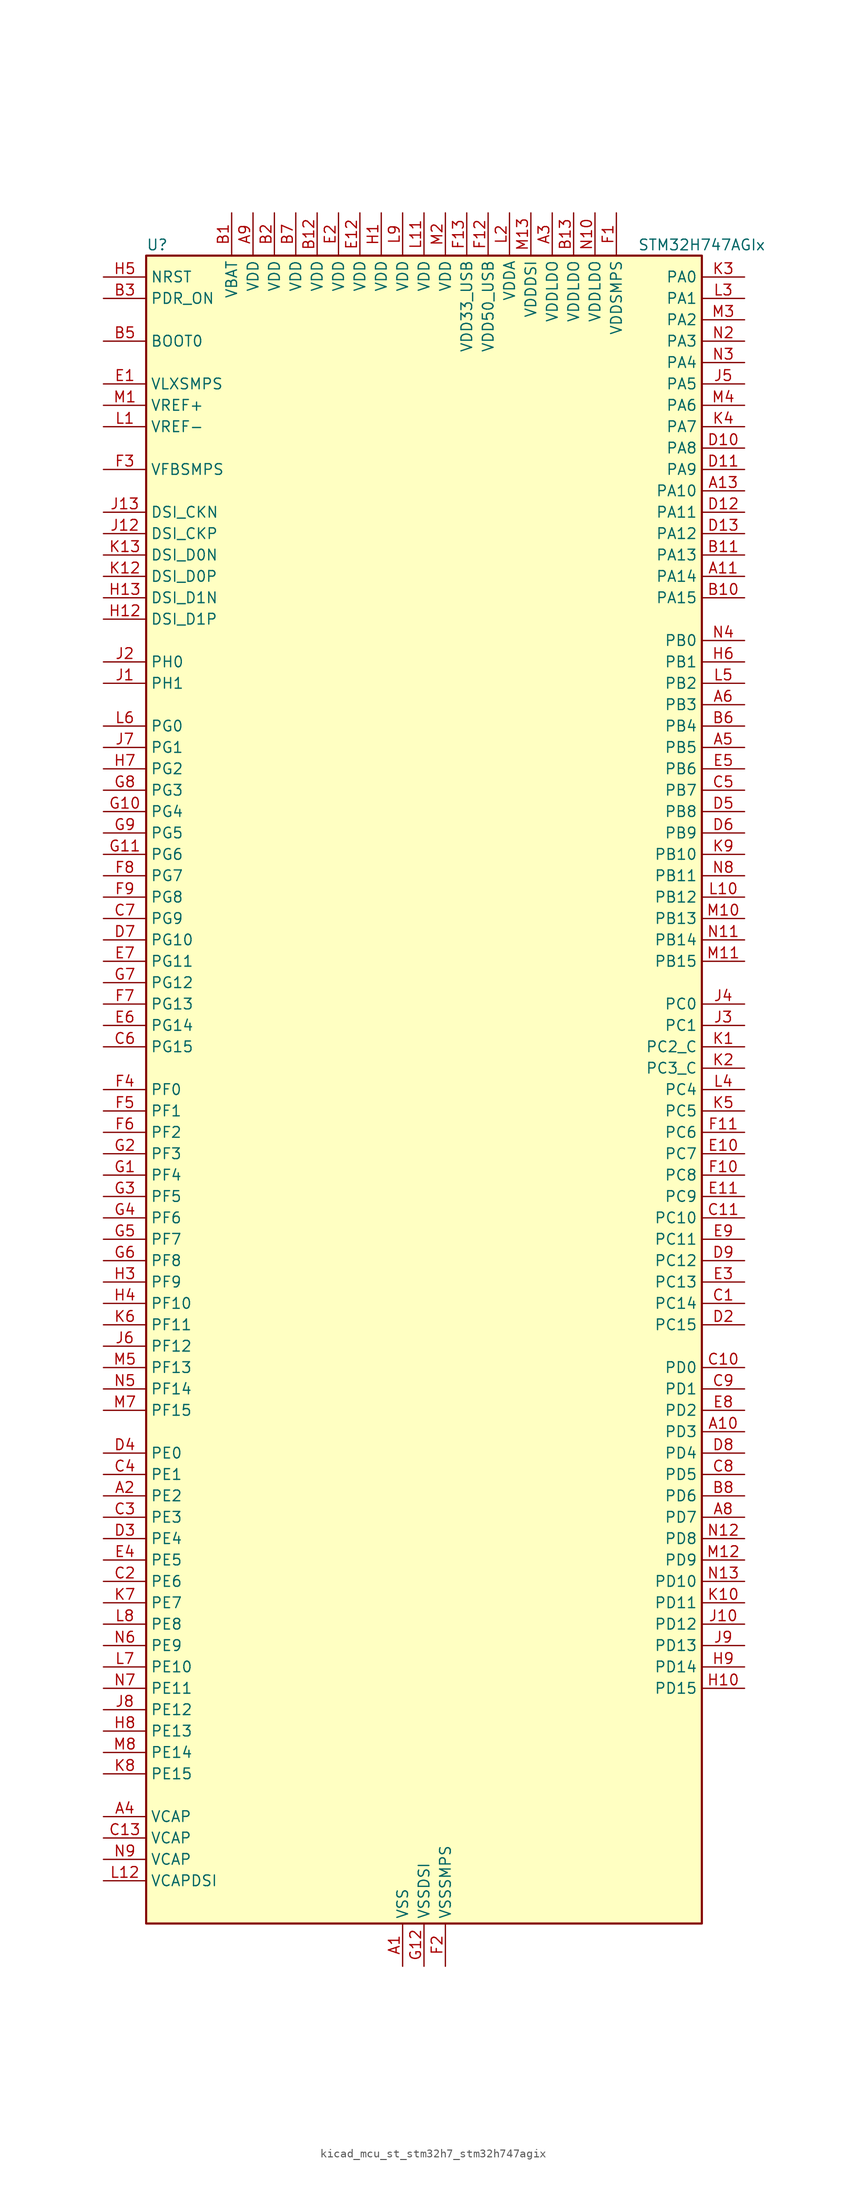
<source format=kicad_sym>
(kicad_symbol_lib
  (version 20220914)
  (generator kicad_symbol_editor)
  (symbol "kicad_mcu_st_stm32h7_stm32h747agix"
    (property "Reference" "U"
      (at -33.02 100.33 0)
      (effects (font (size 1.27 1.27)) (justify left)))
    (property "Value" "STM32H747AGIx"
      (at 25.4 100.33 0)
      (effects (font (size 1.27 1.27)) (justify left)))
    (property "ki_locked" ""
      (at 0 0 0)
      (effects (font (size 1.27 1.27))))
    (symbol "kicad_mcu_st_stm32h7_stm32h747agix_0_1"
      (rectangle (start -33.02 -99.06) (end 33.02 99.06) (stroke (width 0.254) (type default)) (fill (type background))))
    (symbol "kicad_mcu_st_stm32h7_stm32h747agix_1_1"
      (pin power_in line (at -2.54 -104.14 90) (length 5.08) (name "VSS" (effects (font (size 1.27 1.27)))) (number "A1" (effects (font (size 1.27 1.27)))))
      (pin bidirectional line (at 38.1 -40.64 180) (length 5.08) (name "PD3" (effects (font (size 1.27 1.27)))) (number "A10" (effects (font (size 1.27 1.27)))) (alternate "DCMI_D5" bidirectional line) (alternate "DFSDM1_CKOUT" bidirectional line) (alternate "FMC_CLK" bidirectional line) (alternate "I2S2_CK" bidirectional line) (alternate "LTDC_G7" bidirectional line) (alternate "SPI2_SCK" bidirectional line) (alternate "USART2_CTS" bidirectional line) (alternate "USART2_NSS" bidirectional line))
      (pin bidirectional line (at 38.1 60.96 180) (length 5.08) (name "PA14" (effects (font (size 1.27 1.27)))) (number "A11" (effects (font (size 1.27 1.27)))) (alternate "DEBUG_JTCK-SWCLK" bidirectional line))
      (pin passive line (at -2.54 -104.14 90) (length 5.08) hide (name "VSS" (effects (font (size 1.27 1.27)))) (number "A12" (effects (font (size 1.27 1.27)))))
      (pin bidirectional line (at 38.1 71.12 180) (length 5.08) (name "PA10" (effects (font (size 1.27 1.27)))) (number "A13" (effects (font (size 1.27 1.27)))) (alternate "DCMI_D1" bidirectional line) (alternate "HRTIM_CHC2" bidirectional line) (alternate "LPUART1_RX" bidirectional line) (alternate "LTDC_B1" bidirectional line) (alternate "LTDC_B4" bidirectional line) (alternate "MDIOS_MDIO" bidirectional line) (alternate "TIM1_CH3" bidirectional line) (alternate "USART1_RX" bidirectional line) (alternate "USB_OTG_FS_ID" bidirectional line))
      (pin bidirectional line (at -38.1 -48.26 0) (length 5.08) (name "PE2" (effects (font (size 1.27 1.27)))) (number "A2" (effects (font (size 1.27 1.27)))) (alternate "DEBUG_TRACECLK" bidirectional line) (alternate "ETH_TXD3" bidirectional line) (alternate "FMC_A23" bidirectional line) (alternate "QUADSPI_BK1_IO2" bidirectional line) (alternate "SAI1_CK1" bidirectional line) (alternate "SAI1_MCLK_A" bidirectional line) (alternate "SAI4_CK1" bidirectional line) (alternate "SAI4_MCLK_A" bidirectional line) (alternate "SPI4_SCK" bidirectional line))
      (pin power_in line (at 15.24 104.14 270) (length 5.08) (name "VDDLDO" (effects (font (size 1.27 1.27)))) (number "A3" (effects (font (size 1.27 1.27)))))
      (pin power_out line (at -38.1 -86.36 0) (length 5.08) (name "VCAP" (effects (font (size 1.27 1.27)))) (number "A4" (effects (font (size 1.27 1.27)))))
      (pin bidirectional line (at 38.1 40.64 180) (length 5.08) (name "PB5" (effects (font (size 1.27 1.27)))) (number "A5" (effects (font (size 1.27 1.27)))) (alternate "DCMI_D10" bidirectional line) (alternate "ETH_PPS_OUT" bidirectional line) (alternate "FDCAN2_RX" bidirectional line) (alternate "FMC_SDCKE1" bidirectional line) (alternate "HRTIM_EEV7" bidirectional line) (alternate "I2C1_SMBA" bidirectional line) (alternate "I2C4_SMBA" bidirectional line) (alternate "I2S1_SDO" bidirectional line) (alternate "I2S3_SDO" bidirectional line) (alternate "SPI1_MOSI" bidirectional line) (alternate "SPI3_MOSI" bidirectional line) (alternate "SPI6_MOSI" bidirectional line) (alternate "TIM17_BKIN" bidirectional line) (alternate "TIM3_CH2" bidirectional line) (alternate "UART5_RX" bidirectional line) (alternate "USB_OTG_HS_ULPI_D7" bidirectional line))
      (pin bidirectional line (at 38.1 45.72 180) (length 5.08) (name "PB3" (effects (font (size 1.27 1.27)))) (number "A6" (effects (font (size 1.27 1.27)))) (alternate "CRS_SYNC" bidirectional line) (alternate "DEBUG_JTDO-SWO" bidirectional line) (alternate "HRTIM_FLT4" bidirectional line) (alternate "I2S1_CK" bidirectional line) (alternate "I2S3_CK" bidirectional line) (alternate "SDMMC2_D2" bidirectional line) (alternate "SPI1_SCK" bidirectional line) (alternate "SPI3_SCK" bidirectional line) (alternate "SPI6_SCK" bidirectional line) (alternate "TIM2_CH2" bidirectional line) (alternate "UART7_RX" bidirectional line))
      (pin passive line (at -2.54 -104.14 90) (length 5.08) hide (name "VSS" (effects (font (size 1.27 1.27)))) (number "A7" (effects (font (size 1.27 1.27)))))
      (pin bidirectional line (at 38.1 -50.8 180) (length 5.08) (name "PD7" (effects (font (size 1.27 1.27)))) (number "A8" (effects (font (size 1.27 1.27)))) (alternate "DFSDM1_CKIN1" bidirectional line) (alternate "DFSDM1_DATIN4" bidirectional line) (alternate "FMC_NE1" bidirectional line) (alternate "I2S1_SDO" bidirectional line) (alternate "SDMMC2_CMD" bidirectional line) (alternate "SPDIFRX1_IN0" bidirectional line) (alternate "SPI1_MOSI" bidirectional line) (alternate "USART2_CK" bidirectional line))
      (pin power_in line (at -20.32 104.14 270) (length 5.08) (name "VDD" (effects (font (size 1.27 1.27)))) (number "A9" (effects (font (size 1.27 1.27)))))
      (pin power_in line (at -22.86 104.14 270) (length 5.08) (name "VBAT" (effects (font (size 1.27 1.27)))) (number "B1" (effects (font (size 1.27 1.27)))))
      (pin bidirectional line (at 38.1 58.42 180) (length 5.08) (name "PA15" (effects (font (size 1.27 1.27)))) (number "B10" (effects (font (size 1.27 1.27)))) (alternate "ADC1_EXTI15" bidirectional line) (alternate "ADC2_EXTI15" bidirectional line) (alternate "ADC3_EXTI15" bidirectional line) (alternate "CEC" bidirectional line) (alternate "DEBUG_JTDI" bidirectional line) (alternate "DSIHOST_TE" bidirectional line) (alternate "HRTIM_FLT1" bidirectional line) (alternate "I2S1_WS" bidirectional line) (alternate "I2S3_WS" bidirectional line) (alternate "SPI1_NSS" bidirectional line) (alternate "SPI3_NSS" bidirectional line) (alternate "SPI6_NSS" bidirectional line) (alternate "TIM2_CH1" bidirectional line) (alternate "TIM2_ETR" bidirectional line) (alternate "UART4_DE" bidirectional line) (alternate "UART4_RTS" bidirectional line) (alternate "UART7_TX" bidirectional line))
      (pin bidirectional line (at 38.1 63.5 180) (length 5.08) (name "PA13" (effects (font (size 1.27 1.27)))) (number "B11" (effects (font (size 1.27 1.27)))) (alternate "DEBUG_JTMS-SWDIO" bidirectional line))
      (pin power_in line (at -12.7 104.14 270) (length 5.08) (name "VDD" (effects (font (size 1.27 1.27)))) (number "B12" (effects (font (size 1.27 1.27)))))
      (pin power_in line (at 17.78 104.14 270) (length 5.08) (name "VDDLDO" (effects (font (size 1.27 1.27)))) (number "B13" (effects (font (size 1.27 1.27)))))
      (pin power_in line (at -17.78 104.14 270) (length 5.08) (name "VDD" (effects (font (size 1.27 1.27)))) (number "B2" (effects (font (size 1.27 1.27)))))
      (pin input line (at -38.1 93.98 0) (length 5.08) (name "PDR_ON" (effects (font (size 1.27 1.27)))) (number "B3" (effects (font (size 1.27 1.27)))))
      (pin passive line (at -2.54 -104.14 90) (length 5.08) hide (name "VSS" (effects (font (size 1.27 1.27)))) (number "B4" (effects (font (size 1.27 1.27)))))
      (pin input line (at -38.1 88.9 0) (length 5.08) (name "BOOT0" (effects (font (size 1.27 1.27)))) (number "B5" (effects (font (size 1.27 1.27)))))
      (pin bidirectional line (at 38.1 43.18 180) (length 5.08) (name "PB4" (effects (font (size 1.27 1.27)))) (number "B6" (effects (font (size 1.27 1.27)))) (alternate "DEBUG_JTRST" bidirectional line) (alternate "HRTIM_EEV6" bidirectional line) (alternate "I2S1_SDI" bidirectional line) (alternate "I2S2_WS" bidirectional line) (alternate "I2S3_SDI" bidirectional line) (alternate "SDMMC2_D3" bidirectional line) (alternate "SPI1_MISO" bidirectional line) (alternate "SPI2_NSS" bidirectional line) (alternate "SPI3_MISO" bidirectional line) (alternate "SPI6_MISO" bidirectional line) (alternate "TIM16_BKIN" bidirectional line) (alternate "TIM3_CH1" bidirectional line) (alternate "UART7_TX" bidirectional line))
      (pin power_in line (at -15.24 104.14 270) (length 5.08) (name "VDD" (effects (font (size 1.27 1.27)))) (number "B7" (effects (font (size 1.27 1.27)))))
      (pin bidirectional line (at 38.1 -48.26 180) (length 5.08) (name "PD6" (effects (font (size 1.27 1.27)))) (number "B8" (effects (font (size 1.27 1.27)))) (alternate "DCMI_D10" bidirectional line) (alternate "DFSDM1_CKIN4" bidirectional line) (alternate "DFSDM1_DATIN1" bidirectional line) (alternate "FMC_NWAIT" bidirectional line) (alternate "I2S3_SDO" bidirectional line) (alternate "LTDC_B2" bidirectional line) (alternate "SAI1_D1" bidirectional line) (alternate "SAI1_SD_A" bidirectional line) (alternate "SAI4_D1" bidirectional line) (alternate "SAI4_SD_A" bidirectional line) (alternate "SDMMC2_CK" bidirectional line) (alternate "SPI3_MOSI" bidirectional line) (alternate "USART2_RX" bidirectional line))
      (pin passive line (at -2.54 -104.14 90) (length 5.08) hide (name "VSS" (effects (font (size 1.27 1.27)))) (number "B9" (effects (font (size 1.27 1.27)))))
      (pin bidirectional line (at 38.1 -25.4 180) (length 5.08) (name "PC14" (effects (font (size 1.27 1.27)))) (number "C1" (effects (font (size 1.27 1.27)))) (alternate "RCC_OSC32_IN" bidirectional line))
      (pin bidirectional line (at 38.1 -33.02 180) (length 5.08) (name "PD0" (effects (font (size 1.27 1.27)))) (number "C10" (effects (font (size 1.27 1.27)))) (alternate "DFSDM1_CKIN6" bidirectional line) (alternate "FDCAN1_RX" bidirectional line) (alternate "FMC_D2" bidirectional line) (alternate "FMC_DA2" bidirectional line) (alternate "SAI3_SCK_A" bidirectional line) (alternate "UART4_RX" bidirectional line))
      (pin bidirectional line (at 38.1 -15.24 180) (length 5.08) (name "PC10" (effects (font (size 1.27 1.27)))) (number "C11" (effects (font (size 1.27 1.27)))) (alternate "DCMI_D8" bidirectional line) (alternate "DFSDM1_CKIN5" bidirectional line) (alternate "HRTIM_EEV1" bidirectional line) (alternate "I2S3_CK" bidirectional line) (alternate "LTDC_R2" bidirectional line) (alternate "QUADSPI_BK1_IO1" bidirectional line) (alternate "SDMMC1_D2" bidirectional line) (alternate "SPI3_SCK" bidirectional line) (alternate "UART4_TX" bidirectional line) (alternate "USART3_TX" bidirectional line))
      (pin passive line (at -2.54 -104.14 90) (length 5.08) hide (name "VSS" (effects (font (size 1.27 1.27)))) (number "C12" (effects (font (size 1.27 1.27)))))
      (pin power_out line (at -38.1 -88.9 0) (length 5.08) (name "VCAP" (effects (font (size 1.27 1.27)))) (number "C13" (effects (font (size 1.27 1.27)))))
      (pin bidirectional line (at -38.1 -58.42 0) (length 5.08) (name "PE6" (effects (font (size 1.27 1.27)))) (number "C2" (effects (font (size 1.27 1.27)))) (alternate "DCMI_D7" bidirectional line) (alternate "DEBUG_TRACED3" bidirectional line) (alternate "FMC_A22" bidirectional line) (alternate "LTDC_G1" bidirectional line) (alternate "SAI1_D1" bidirectional line) (alternate "SAI1_SD_A" bidirectional line) (alternate "SAI2_MCLK_B" bidirectional line) (alternate "SAI4_D1" bidirectional line) (alternate "SAI4_SD_A" bidirectional line) (alternate "SPI4_MOSI" bidirectional line) (alternate "TIM15_CH2" bidirectional line) (alternate "TIM1_BKIN2" bidirectional line) (alternate "TIM1_BKIN2_COMP1" bidirectional line) (alternate "TIM1_BKIN2_COMP2" bidirectional line))
      (pin bidirectional line (at -38.1 -50.8 0) (length 5.08) (name "PE3" (effects (font (size 1.27 1.27)))) (number "C3" (effects (font (size 1.27 1.27)))) (alternate "DEBUG_TRACED0" bidirectional line) (alternate "FMC_A19" bidirectional line) (alternate "SAI1_SD_B" bidirectional line) (alternate "SAI4_SD_B" bidirectional line) (alternate "TIM15_BKIN" bidirectional line))
      (pin bidirectional line (at -38.1 -45.72 0) (length 5.08) (name "PE1" (effects (font (size 1.27 1.27)))) (number "C4" (effects (font (size 1.27 1.27)))) (alternate "DCMI_D3" bidirectional line) (alternate "FMC_NBL1" bidirectional line) (alternate "HRTIM_SCOUT" bidirectional line) (alternate "LPTIM1_IN2" bidirectional line) (alternate "UART8_TX" bidirectional line))
      (pin bidirectional line (at 38.1 35.56 180) (length 5.08) (name "PB7" (effects (font (size 1.27 1.27)))) (number "C5" (effects (font (size 1.27 1.27)))) (alternate "DCMI_VSYNC" bidirectional line) (alternate "DFSDM1_CKIN5" bidirectional line) (alternate "FMC_NL" bidirectional line) (alternate "HRTIM_EEV9" bidirectional line) (alternate "I2C1_SDA" bidirectional line) (alternate "I2C4_SDA" bidirectional line) (alternate "LPUART1_RX" bidirectional line) (alternate "PWR_PVD_IN" bidirectional line) (alternate "TIM17_CH1N" bidirectional line) (alternate "TIM4_CH2" bidirectional line) (alternate "USART1_RX" bidirectional line))
      (pin bidirectional line (at -38.1 5.08 0) (length 5.08) (name "PG15" (effects (font (size 1.27 1.27)))) (number "C6" (effects (font (size 1.27 1.27)))) (alternate "ADC1_EXTI15" bidirectional line) (alternate "ADC2_EXTI15" bidirectional line) (alternate "ADC3_EXTI15" bidirectional line) (alternate "DCMI_D13" bidirectional line) (alternate "FMC_SDNCAS" bidirectional line) (alternate "USART6_CTS" bidirectional line) (alternate "USART6_NSS" bidirectional line))
      (pin bidirectional line (at -38.1 20.32 0) (length 5.08) (name "PG9" (effects (font (size 1.27 1.27)))) (number "C7" (effects (font (size 1.27 1.27)))) (alternate "DAC1_EXTI9" bidirectional line) (alternate "DCMI_VSYNC" bidirectional line) (alternate "FMC_NCE" bidirectional line) (alternate "FMC_NE2" bidirectional line) (alternate "I2S1_SDI" bidirectional line) (alternate "QUADSPI_BK2_IO2" bidirectional line) (alternate "SAI2_FS_B" bidirectional line) (alternate "SPDIFRX1_IN3" bidirectional line) (alternate "SPI1_MISO" bidirectional line) (alternate "USART6_RX" bidirectional line))
      (pin bidirectional line (at 38.1 -45.72 180) (length 5.08) (name "PD5" (effects (font (size 1.27 1.27)))) (number "C8" (effects (font (size 1.27 1.27)))) (alternate "FMC_NWE" bidirectional line) (alternate "HRTIM_EEV3" bidirectional line) (alternate "USART2_TX" bidirectional line))
      (pin bidirectional line (at 38.1 -35.56 180) (length 5.08) (name "PD1" (effects (font (size 1.27 1.27)))) (number "C9" (effects (font (size 1.27 1.27)))) (alternate "DFSDM1_DATIN6" bidirectional line) (alternate "FDCAN1_TX" bidirectional line) (alternate "FMC_D3" bidirectional line) (alternate "FMC_DA3" bidirectional line) (alternate "SAI3_SD_A" bidirectional line) (alternate "UART4_TX" bidirectional line))
      (pin passive line (at -2.54 -104.14 90) (length 5.08) hide (name "VSS" (effects (font (size 1.27 1.27)))) (number "D1" (effects (font (size 1.27 1.27)))))
      (pin bidirectional line (at 38.1 76.2 180) (length 5.08) (name "PA8" (effects (font (size 1.27 1.27)))) (number "D10" (effects (font (size 1.27 1.27)))) (alternate "HRTIM_CHB2" bidirectional line) (alternate "I2C3_SCL" bidirectional line) (alternate "LTDC_B3" bidirectional line) (alternate "LTDC_R6" bidirectional line) (alternate "RCC_MCO_1" bidirectional line) (alternate "TIM1_CH1" bidirectional line) (alternate "TIM8_BKIN2" bidirectional line) (alternate "TIM8_BKIN2_COMP1" bidirectional line) (alternate "TIM8_BKIN2_COMP2" bidirectional line) (alternate "UART7_RX" bidirectional line) (alternate "USART1_CK" bidirectional line) (alternate "USB_OTG_FS_SOF" bidirectional line))
      (pin bidirectional line (at 38.1 73.66 180) (length 5.08) (name "PA9" (effects (font (size 1.27 1.27)))) (number "D11" (effects (font (size 1.27 1.27)))) (alternate "DAC1_EXTI9" bidirectional line) (alternate "DCMI_D0" bidirectional line) (alternate "HRTIM_CHC1" bidirectional line) (alternate "I2C3_SMBA" bidirectional line) (alternate "I2S2_CK" bidirectional line) (alternate "LPUART1_TX" bidirectional line) (alternate "LTDC_R5" bidirectional line) (alternate "SPI2_SCK" bidirectional line) (alternate "TIM1_CH2" bidirectional line) (alternate "USART1_TX" bidirectional line) (alternate "USB_OTG_FS_VBUS" bidirectional line))
      (pin bidirectional line (at 38.1 68.58 180) (length 5.08) (name "PA11" (effects (font (size 1.27 1.27)))) (number "D12" (effects (font (size 1.27 1.27)))) (alternate "ADC1_EXTI11" bidirectional line) (alternate "ADC2_EXTI11" bidirectional line) (alternate "ADC3_EXTI11" bidirectional line) (alternate "FDCAN1_RX" bidirectional line) (alternate "HRTIM_CHD1" bidirectional line) (alternate "I2S2_WS" bidirectional line) (alternate "LPUART1_CTS" bidirectional line) (alternate "LTDC_R4" bidirectional line) (alternate "SPI2_NSS" bidirectional line) (alternate "TIM1_CH4" bidirectional line) (alternate "UART4_RX" bidirectional line) (alternate "USART1_CTS" bidirectional line) (alternate "USART1_NSS" bidirectional line) (alternate "USB_OTG_FS_DM" bidirectional line))
      (pin bidirectional line (at 38.1 66.04 180) (length 5.08) (name "PA12" (effects (font (size 1.27 1.27)))) (number "D13" (effects (font (size 1.27 1.27)))) (alternate "FDCAN1_TX" bidirectional line) (alternate "HRTIM_CHD2" bidirectional line) (alternate "I2S2_CK" bidirectional line) (alternate "LPUART1_DE" bidirectional line) (alternate "LPUART1_RTS" bidirectional line) (alternate "LTDC_R5" bidirectional line) (alternate "SAI2_FS_B" bidirectional line) (alternate "SPI2_SCK" bidirectional line) (alternate "TIM1_ETR" bidirectional line) (alternate "UART4_TX" bidirectional line) (alternate "USART1_DE" bidirectional line) (alternate "USART1_RTS" bidirectional line) (alternate "USB_OTG_FS_DP" bidirectional line))
      (pin bidirectional line (at 38.1 -27.94 180) (length 5.08) (name "PC15" (effects (font (size 1.27 1.27)))) (number "D2" (effects (font (size 1.27 1.27)))) (alternate "ADC1_EXTI15" bidirectional line) (alternate "ADC2_EXTI15" bidirectional line) (alternate "ADC3_EXTI15" bidirectional line) (alternate "RCC_OSC32_OUT" bidirectional line))
      (pin bidirectional line (at -38.1 -53.34 0) (length 5.08) (name "PE4" (effects (font (size 1.27 1.27)))) (number "D3" (effects (font (size 1.27 1.27)))) (alternate "DCMI_D4" bidirectional line) (alternate "DEBUG_TRACED1" bidirectional line) (alternate "DFSDM1_DATIN3" bidirectional line) (alternate "FMC_A20" bidirectional line) (alternate "LTDC_B0" bidirectional line) (alternate "SAI1_D2" bidirectional line) (alternate "SAI1_FS_A" bidirectional line) (alternate "SAI4_D2" bidirectional line) (alternate "SAI4_FS_A" bidirectional line) (alternate "SPI4_NSS" bidirectional line) (alternate "TIM15_CH1N" bidirectional line))
      (pin bidirectional line (at -38.1 -43.18 0) (length 5.08) (name "PE0" (effects (font (size 1.27 1.27)))) (number "D4" (effects (font (size 1.27 1.27)))) (alternate "DCMI_D2" bidirectional line) (alternate "FMC_NBL0" bidirectional line) (alternate "HRTIM_SCIN" bidirectional line) (alternate "LPTIM1_ETR" bidirectional line) (alternate "LPTIM2_ETR" bidirectional line) (alternate "SAI2_MCLK_A" bidirectional line) (alternate "TIM4_ETR" bidirectional line) (alternate "UART8_RX" bidirectional line))
      (pin bidirectional line (at 38.1 33.02 180) (length 5.08) (name "PB8" (effects (font (size 1.27 1.27)))) (number "D5" (effects (font (size 1.27 1.27)))) (alternate "DCMI_D6" bidirectional line) (alternate "DFSDM1_CKIN7" bidirectional line) (alternate "ETH_TXD3" bidirectional line) (alternate "FDCAN1_RX" bidirectional line) (alternate "I2C1_SCL" bidirectional line) (alternate "I2C4_SCL" bidirectional line) (alternate "LTDC_B6" bidirectional line) (alternate "SDMMC1_CKIN" bidirectional line) (alternate "SDMMC1_D4" bidirectional line) (alternate "SDMMC2_D4" bidirectional line) (alternate "TIM16_CH1" bidirectional line) (alternate "TIM4_CH3" bidirectional line) (alternate "UART4_RX" bidirectional line))
      (pin bidirectional line (at 38.1 30.48 180) (length 5.08) (name "PB9" (effects (font (size 1.27 1.27)))) (number "D6" (effects (font (size 1.27 1.27)))) (alternate "DAC1_EXTI9" bidirectional line) (alternate "DCMI_D7" bidirectional line) (alternate "DFSDM1_DATIN7" bidirectional line) (alternate "FDCAN1_TX" bidirectional line) (alternate "I2C1_SDA" bidirectional line) (alternate "I2C4_SDA" bidirectional line) (alternate "I2C4_SMBA" bidirectional line) (alternate "I2S2_WS" bidirectional line) (alternate "LTDC_B7" bidirectional line) (alternate "SDMMC1_CDIR" bidirectional line) (alternate "SDMMC1_D5" bidirectional line) (alternate "SDMMC2_D5" bidirectional line) (alternate "SPI2_NSS" bidirectional line) (alternate "TIM17_CH1" bidirectional line) (alternate "TIM4_CH4" bidirectional line) (alternate "UART4_TX" bidirectional line))
      (pin bidirectional line (at -38.1 17.78 0) (length 5.08) (name "PG10" (effects (font (size 1.27 1.27)))) (number "D7" (effects (font (size 1.27 1.27)))) (alternate "DCMI_D2" bidirectional line) (alternate "FMC_NE3" bidirectional line) (alternate "HRTIM_FLT5" bidirectional line) (alternate "I2S1_WS" bidirectional line) (alternate "LTDC_B2" bidirectional line) (alternate "LTDC_G3" bidirectional line) (alternate "SAI2_SD_B" bidirectional line) (alternate "SPI1_NSS" bidirectional line))
      (pin bidirectional line (at 38.1 -43.18 180) (length 5.08) (name "PD4" (effects (font (size 1.27 1.27)))) (number "D8" (effects (font (size 1.27 1.27)))) (alternate "FMC_NOE" bidirectional line) (alternate "HRTIM_FLT3" bidirectional line) (alternate "SAI3_FS_A" bidirectional line) (alternate "USART2_DE" bidirectional line) (alternate "USART2_RTS" bidirectional line))
      (pin bidirectional line (at 38.1 -20.32 180) (length 5.08) (name "PC12" (effects (font (size 1.27 1.27)))) (number "D9" (effects (font (size 1.27 1.27)))) (alternate "DCMI_D9" bidirectional line) (alternate "DEBUG_TRACED3" bidirectional line) (alternate "HRTIM_EEV2" bidirectional line) (alternate "I2S3_SDO" bidirectional line) (alternate "SDMMC1_CK" bidirectional line) (alternate "SPI3_MOSI" bidirectional line) (alternate "UART5_TX" bidirectional line) (alternate "USART3_CK" bidirectional line))
      (pin power_in line (at -38.1 83.82 0) (length 5.08) (name "VLXSMPS" (effects (font (size 1.27 1.27)))) (number "E1" (effects (font (size 1.27 1.27)))))
      (pin bidirectional line (at 38.1 -7.62 180) (length 5.08) (name "PC7" (effects (font (size 1.27 1.27)))) (number "E10" (effects (font (size 1.27 1.27)))) (alternate "DCMI_D1" bidirectional line) (alternate "DEBUG_TRGIO" bidirectional line) (alternate "DFSDM1_DATIN3" bidirectional line) (alternate "FMC_NE1" bidirectional line) (alternate "HRTIM_CHA2" bidirectional line) (alternate "I2S3_MCK" bidirectional line) (alternate "LTDC_G6" bidirectional line) (alternate "SDMMC1_D123DIR" bidirectional line) (alternate "SDMMC1_D7" bidirectional line) (alternate "SDMMC2_D7" bidirectional line) (alternate "SWPMI1_TX" bidirectional line) (alternate "TIM3_CH2" bidirectional line) (alternate "TIM8_CH2" bidirectional line) (alternate "USART6_RX" bidirectional line))
      (pin bidirectional line (at 38.1 -12.7 180) (length 5.08) (name "PC9" (effects (font (size 1.27 1.27)))) (number "E11" (effects (font (size 1.27 1.27)))) (alternate "DAC1_EXTI9" bidirectional line) (alternate "DCMI_D3" bidirectional line) (alternate "I2C3_SDA" bidirectional line) (alternate "I2S_CKIN" bidirectional line) (alternate "LTDC_B2" bidirectional line) (alternate "LTDC_G3" bidirectional line) (alternate "QUADSPI_BK1_IO0" bidirectional line) (alternate "RCC_MCO_2" bidirectional line) (alternate "SDMMC1_D1" bidirectional line) (alternate "SWPMI1_SUSPEND" bidirectional line) (alternate "TIM3_CH4" bidirectional line) (alternate "TIM8_CH4" bidirectional line) (alternate "UART5_CTS" bidirectional line))
      (pin power_in line (at -7.62 104.14 270) (length 5.08) (name "VDD" (effects (font (size 1.27 1.27)))) (number "E12" (effects (font (size 1.27 1.27)))))
      (pin passive line (at -2.54 -104.14 90) (length 5.08) hide (name "VSS" (effects (font (size 1.27 1.27)))) (number "E13" (effects (font (size 1.27 1.27)))))
      (pin power_in line (at -10.16 104.14 270) (length 5.08) (name "VDD" (effects (font (size 1.27 1.27)))) (number "E2" (effects (font (size 1.27 1.27)))))
      (pin bidirectional line (at 38.1 -22.86 180) (length 5.08) (name "PC13" (effects (font (size 1.27 1.27)))) (number "E3" (effects (font (size 1.27 1.27)))) (alternate "PWR_WKUP2" bidirectional line) (alternate "RTC_OUT_ALARM" bidirectional line) (alternate "RTC_OUT_CALIB" bidirectional line) (alternate "RTC_TAMP1" bidirectional line) (alternate "RTC_TS" bidirectional line))
      (pin bidirectional line (at -38.1 -55.88 0) (length 5.08) (name "PE5" (effects (font (size 1.27 1.27)))) (number "E4" (effects (font (size 1.27 1.27)))) (alternate "DCMI_D6" bidirectional line) (alternate "DEBUG_TRACED2" bidirectional line) (alternate "DFSDM1_CKIN3" bidirectional line) (alternate "FMC_A21" bidirectional line) (alternate "LTDC_G0" bidirectional line) (alternate "SAI1_CK2" bidirectional line) (alternate "SAI1_SCK_A" bidirectional line) (alternate "SAI4_CK2" bidirectional line) (alternate "SAI4_SCK_A" bidirectional line) (alternate "SPI4_MISO" bidirectional line) (alternate "TIM15_CH1" bidirectional line))
      (pin bidirectional line (at 38.1 38.1 180) (length 5.08) (name "PB6" (effects (font (size 1.27 1.27)))) (number "E5" (effects (font (size 1.27 1.27)))) (alternate "CEC" bidirectional line) (alternate "DCMI_D5" bidirectional line) (alternate "DFSDM1_DATIN5" bidirectional line) (alternate "FDCAN2_TX" bidirectional line) (alternate "FMC_SDNE1" bidirectional line) (alternate "HRTIM_EEV8" bidirectional line) (alternate "I2C1_SCL" bidirectional line) (alternate "I2C4_SCL" bidirectional line) (alternate "LPUART1_TX" bidirectional line) (alternate "QUADSPI_BK1_NCS" bidirectional line) (alternate "TIM16_CH1N" bidirectional line) (alternate "TIM4_CH1" bidirectional line) (alternate "UART5_TX" bidirectional line) (alternate "USART1_TX" bidirectional line))
      (pin bidirectional line (at -38.1 7.62 0) (length 5.08) (name "PG14" (effects (font (size 1.27 1.27)))) (number "E6" (effects (font (size 1.27 1.27)))) (alternate "DEBUG_TRACED1" bidirectional line) (alternate "ETH_TXD1" bidirectional line) (alternate "FMC_A25" bidirectional line) (alternate "LPTIM1_ETR" bidirectional line) (alternate "LTDC_B0" bidirectional line) (alternate "QUADSPI_BK2_IO3" bidirectional line) (alternate "SPI6_MOSI" bidirectional line) (alternate "USART6_TX" bidirectional line))
      (pin bidirectional line (at -38.1 15.24 0) (length 5.08) (name "PG11" (effects (font (size 1.27 1.27)))) (number "E7" (effects (font (size 1.27 1.27)))) (alternate "ADC1_EXTI11" bidirectional line) (alternate "ADC2_EXTI11" bidirectional line) (alternate "ADC3_EXTI11" bidirectional line) (alternate "DCMI_D3" bidirectional line) (alternate "ETH_TX_EN" bidirectional line) (alternate "HRTIM_EEV4" bidirectional line) (alternate "I2S1_CK" bidirectional line) (alternate "LPTIM1_IN2" bidirectional line) (alternate "LTDC_B3" bidirectional line) (alternate "SDMMC2_D2" bidirectional line) (alternate "SPDIFRX1_IN0" bidirectional line) (alternate "SPI1_SCK" bidirectional line))
      (pin bidirectional line (at 38.1 -38.1 180) (length 5.08) (name "PD2" (effects (font (size 1.27 1.27)))) (number "E8" (effects (font (size 1.27 1.27)))) (alternate "DCMI_D11" bidirectional line) (alternate "DEBUG_TRACED2" bidirectional line) (alternate "SDMMC1_CMD" bidirectional line) (alternate "TIM3_ETR" bidirectional line) (alternate "UART5_RX" bidirectional line))
      (pin bidirectional line (at 38.1 -17.78 180) (length 5.08) (name "PC11" (effects (font (size 1.27 1.27)))) (number "E9" (effects (font (size 1.27 1.27)))) (alternate "ADC1_EXTI11" bidirectional line) (alternate "ADC2_EXTI11" bidirectional line) (alternate "ADC3_EXTI11" bidirectional line) (alternate "DCMI_D4" bidirectional line) (alternate "DFSDM1_DATIN5" bidirectional line) (alternate "HRTIM_FLT2" bidirectional line) (alternate "I2S3_SDI" bidirectional line) (alternate "QUADSPI_BK2_NCS" bidirectional line) (alternate "SDMMC1_D3" bidirectional line) (alternate "SPI3_MISO" bidirectional line) (alternate "UART4_RX" bidirectional line) (alternate "USART3_RX" bidirectional line))
      (pin power_in line (at 22.86 104.14 270) (length 5.08) (name "VDDSMPS" (effects (font (size 1.27 1.27)))) (number "F1" (effects (font (size 1.27 1.27)))))
      (pin bidirectional line (at 38.1 -10.16 180) (length 5.08) (name "PC8" (effects (font (size 1.27 1.27)))) (number "F10" (effects (font (size 1.27 1.27)))) (alternate "DCMI_D2" bidirectional line) (alternate "DEBUG_TRACED1" bidirectional line) (alternate "FMC_NCE" bidirectional line) (alternate "FMC_NE2" bidirectional line) (alternate "HRTIM_CHB1" bidirectional line) (alternate "SDMMC1_D0" bidirectional line) (alternate "SWPMI1_RX" bidirectional line) (alternate "TIM3_CH3" bidirectional line) (alternate "TIM8_CH3" bidirectional line) (alternate "UART5_DE" bidirectional line) (alternate "UART5_RTS" bidirectional line) (alternate "USART6_CK" bidirectional line))
      (pin bidirectional line (at 38.1 -5.08 180) (length 5.08) (name "PC6" (effects (font (size 1.27 1.27)))) (number "F11" (effects (font (size 1.27 1.27)))) (alternate "DCMI_D0" bidirectional line) (alternate "DFSDM1_CKIN3" bidirectional line) (alternate "FMC_NWAIT" bidirectional line) (alternate "HRTIM_CHA1" bidirectional line) (alternate "I2S2_MCK" bidirectional line) (alternate "LTDC_HSYNC" bidirectional line) (alternate "SDMMC1_D0DIR" bidirectional line) (alternate "SDMMC1_D6" bidirectional line) (alternate "SDMMC2_D6" bidirectional line) (alternate "SWPMI1_IO" bidirectional line) (alternate "TIM3_CH1" bidirectional line) (alternate "TIM8_CH1" bidirectional line) (alternate "USART6_TX" bidirectional line))
      (pin power_in line (at 7.62 104.14 270) (length 5.08) (name "VDD50_USB" (effects (font (size 1.27 1.27)))) (number "F12" (effects (font (size 1.27 1.27)))))
      (pin power_in line (at 5.08 104.14 270) (length 5.08) (name "VDD33_USB" (effects (font (size 1.27 1.27)))) (number "F13" (effects (font (size 1.27 1.27)))))
      (pin power_in line (at 2.54 -104.14 90) (length 5.08) (name "VSSSMPS" (effects (font (size 1.27 1.27)))) (number "F2" (effects (font (size 1.27 1.27)))))
      (pin input line (at -38.1 73.66 0) (length 5.08) (name "VFBSMPS" (effects (font (size 1.27 1.27)))) (number "F3" (effects (font (size 1.27 1.27)))))
      (pin bidirectional line (at -38.1 0 0) (length 5.08) (name "PF0" (effects (font (size 1.27 1.27)))) (number "F4" (effects (font (size 1.27 1.27)))) (alternate "FMC_A0" bidirectional line) (alternate "I2C2_SDA" bidirectional line))
      (pin bidirectional line (at -38.1 -2.54 0) (length 5.08) (name "PF1" (effects (font (size 1.27 1.27)))) (number "F5" (effects (font (size 1.27 1.27)))) (alternate "FMC_A1" bidirectional line) (alternate "I2C2_SCL" bidirectional line))
      (pin bidirectional line (at -38.1 -5.08 0) (length 5.08) (name "PF2" (effects (font (size 1.27 1.27)))) (number "F6" (effects (font (size 1.27 1.27)))) (alternate "FMC_A2" bidirectional line) (alternate "I2C2_SMBA" bidirectional line))
      (pin bidirectional line (at -38.1 10.16 0) (length 5.08) (name "PG13" (effects (font (size 1.27 1.27)))) (number "F7" (effects (font (size 1.27 1.27)))) (alternate "DEBUG_TRACED0" bidirectional line) (alternate "ETH_TXD0" bidirectional line) (alternate "FMC_A24" bidirectional line) (alternate "HRTIM_EEV10" bidirectional line) (alternate "LPTIM1_OUT" bidirectional line) (alternate "LTDC_R0" bidirectional line) (alternate "SPI6_SCK" bidirectional line) (alternate "USART6_CTS" bidirectional line) (alternate "USART6_NSS" bidirectional line))
      (pin bidirectional line (at -38.1 25.4 0) (length 5.08) (name "PG7" (effects (font (size 1.27 1.27)))) (number "F8" (effects (font (size 1.27 1.27)))) (alternate "DCMI_D13" bidirectional line) (alternate "FMC_INT" bidirectional line) (alternate "HRTIM_CHE2" bidirectional line) (alternate "LTDC_CLK" bidirectional line) (alternate "SAI1_MCLK_A" bidirectional line) (alternate "USART6_CK" bidirectional line))
      (pin bidirectional line (at -38.1 22.86 0) (length 5.08) (name "PG8" (effects (font (size 1.27 1.27)))) (number "F9" (effects (font (size 1.27 1.27)))) (alternate "ETH_PPS_OUT" bidirectional line) (alternate "FMC_SDCLK" bidirectional line) (alternate "LTDC_G7" bidirectional line) (alternate "SPDIFRX1_IN2" bidirectional line) (alternate "SPI6_NSS" bidirectional line) (alternate "TIM8_ETR" bidirectional line) (alternate "USART6_DE" bidirectional line) (alternate "USART6_RTS" bidirectional line))
      (pin bidirectional line (at -38.1 -10.16 0) (length 5.08) (name "PF4" (effects (font (size 1.27 1.27)))) (number "G1" (effects (font (size 1.27 1.27)))) (alternate "ADC3_INN5" bidirectional line) (alternate "ADC3_INP9" bidirectional line) (alternate "FMC_A4" bidirectional line))
      (pin bidirectional line (at -38.1 33.02 0) (length 5.08) (name "PG4" (effects (font (size 1.27 1.27)))) (number "G10" (effects (font (size 1.27 1.27)))) (alternate "FMC_A14" bidirectional line) (alternate "FMC_BA0" bidirectional line) (alternate "TIM1_BKIN2" bidirectional line) (alternate "TIM1_BKIN2_COMP1" bidirectional line) (alternate "TIM1_BKIN2_COMP2" bidirectional line))
      (pin bidirectional line (at -38.1 27.94 0) (length 5.08) (name "PG6" (effects (font (size 1.27 1.27)))) (number "G11" (effects (font (size 1.27 1.27)))) (alternate "DCMI_D12" bidirectional line) (alternate "FMC_NE3" bidirectional line) (alternate "HRTIM_CHE1" bidirectional line) (alternate "LTDC_R7" bidirectional line) (alternate "QUADSPI_BK1_NCS" bidirectional line) (alternate "TIM17_BKIN" bidirectional line))
      (pin power_in line (at 0 -104.14 90) (length 5.08) (name "VSSDSI" (effects (font (size 1.27 1.27)))) (number "G12" (effects (font (size 1.27 1.27)))))
      (pin passive line (at 0 -104.14 90) (length 5.08) hide (name "VSSDSI" (effects (font (size 1.27 1.27)))) (number "G13" (effects (font (size 1.27 1.27)))))
      (pin bidirectional line (at -38.1 -7.62 0) (length 5.08) (name "PF3" (effects (font (size 1.27 1.27)))) (number "G2" (effects (font (size 1.27 1.27)))) (alternate "ADC3_INP5" bidirectional line) (alternate "FMC_A3" bidirectional line))
      (pin bidirectional line (at -38.1 -12.7 0) (length 5.08) (name "PF5" (effects (font (size 1.27 1.27)))) (number "G3" (effects (font (size 1.27 1.27)))) (alternate "ADC3_INP4" bidirectional line) (alternate "FMC_A5" bidirectional line))
      (pin bidirectional line (at -38.1 -15.24 0) (length 5.08) (name "PF6" (effects (font (size 1.27 1.27)))) (number "G4" (effects (font (size 1.27 1.27)))) (alternate "ADC3_INN4" bidirectional line) (alternate "ADC3_INP8" bidirectional line) (alternate "QUADSPI_BK1_IO3" bidirectional line) (alternate "SAI1_SD_B" bidirectional line) (alternate "SAI4_SD_B" bidirectional line) (alternate "SPI5_NSS" bidirectional line) (alternate "TIM16_CH1" bidirectional line) (alternate "UART7_RX" bidirectional line))
      (pin bidirectional line (at -38.1 -17.78 0) (length 5.08) (name "PF7" (effects (font (size 1.27 1.27)))) (number "G5" (effects (font (size 1.27 1.27)))) (alternate "ADC3_INP3" bidirectional line) (alternate "QUADSPI_BK1_IO2" bidirectional line) (alternate "SAI1_MCLK_B" bidirectional line) (alternate "SAI4_MCLK_B" bidirectional line) (alternate "SPI5_SCK" bidirectional line) (alternate "TIM17_CH1" bidirectional line) (alternate "UART7_TX" bidirectional line))
      (pin bidirectional line (at -38.1 -20.32 0) (length 5.08) (name "PF8" (effects (font (size 1.27 1.27)))) (number "G6" (effects (font (size 1.27 1.27)))) (alternate "ADC3_INN3" bidirectional line) (alternate "ADC3_INP7" bidirectional line) (alternate "QUADSPI_BK1_IO0" bidirectional line) (alternate "SAI1_SCK_B" bidirectional line) (alternate "SAI4_SCK_B" bidirectional line) (alternate "SPI5_MISO" bidirectional line) (alternate "TIM13_CH1" bidirectional line) (alternate "TIM16_CH1N" bidirectional line) (alternate "UART7_DE" bidirectional line) (alternate "UART7_RTS" bidirectional line))
      (pin bidirectional line (at -38.1 12.7 0) (length 5.08) (name "PG12" (effects (font (size 1.27 1.27)))) (number "G7" (effects (font (size 1.27 1.27)))) (alternate "ETH_TXD1" bidirectional line) (alternate "FMC_NE4" bidirectional line) (alternate "HRTIM_EEV5" bidirectional line) (alternate "LPTIM1_IN1" bidirectional line) (alternate "LTDC_B1" bidirectional line) (alternate "LTDC_B4" bidirectional line) (alternate "SPDIFRX1_IN1" bidirectional line) (alternate "SPI6_MISO" bidirectional line) (alternate "USART6_DE" bidirectional line) (alternate "USART6_RTS" bidirectional line))
      (pin bidirectional line (at -38.1 35.56 0) (length 5.08) (name "PG3" (effects (font (size 1.27 1.27)))) (number "G8" (effects (font (size 1.27 1.27)))) (alternate "FMC_A13" bidirectional line) (alternate "TIM8_BKIN2" bidirectional line) (alternate "TIM8_BKIN2_COMP1" bidirectional line) (alternate "TIM8_BKIN2_COMP2" bidirectional line))
      (pin bidirectional line (at -38.1 30.48 0) (length 5.08) (name "PG5" (effects (font (size 1.27 1.27)))) (number "G9" (effects (font (size 1.27 1.27)))) (alternate "FMC_A15" bidirectional line) (alternate "FMC_BA1" bidirectional line) (alternate "TIM1_ETR" bidirectional line))
      (pin power_in line (at -5.08 104.14 270) (length 5.08) (name "VDD" (effects (font (size 1.27 1.27)))) (number "H1" (effects (font (size 1.27 1.27)))))
      (pin bidirectional line (at 38.1 -71.12 180) (length 5.08) (name "PD15" (effects (font (size 1.27 1.27)))) (number "H10" (effects (font (size 1.27 1.27)))) (alternate "ADC1_EXTI15" bidirectional line) (alternate "ADC2_EXTI15" bidirectional line) (alternate "ADC3_EXTI15" bidirectional line) (alternate "FMC_D1" bidirectional line) (alternate "FMC_DA1" bidirectional line) (alternate "SAI3_MCLK_A" bidirectional line) (alternate "TIM4_CH4" bidirectional line) (alternate "UART8_DE" bidirectional line) (alternate "UART8_RTS" bidirectional line))
      (pin passive line (at -2.54 -104.14 90) (length 5.08) hide (name "VSS" (effects (font (size 1.27 1.27)))) (number "H11" (effects (font (size 1.27 1.27)))))
      (pin bidirectional line (at -38.1 55.88 0) (length 5.08) (name "DSI_D1P" (effects (font (size 1.27 1.27)))) (number "H12" (effects (font (size 1.27 1.27)))) (alternate "DSIHOST_D1P" bidirectional line))
      (pin bidirectional line (at -38.1 58.42 0) (length 5.08) (name "DSI_D1N" (effects (font (size 1.27 1.27)))) (number "H13" (effects (font (size 1.27 1.27)))) (alternate "DSIHOST_D1N" bidirectional line))
      (pin passive line (at -2.54 -104.14 90) (length 5.08) hide (name "VSS" (effects (font (size 1.27 1.27)))) (number "H2" (effects (font (size 1.27 1.27)))))
      (pin bidirectional line (at -38.1 -22.86 0) (length 5.08) (name "PF9" (effects (font (size 1.27 1.27)))) (number "H3" (effects (font (size 1.27 1.27)))) (alternate "ADC3_INP2" bidirectional line) (alternate "DAC1_EXTI9" bidirectional line) (alternate "QUADSPI_BK1_IO1" bidirectional line) (alternate "SAI1_FS_B" bidirectional line) (alternate "SAI4_FS_B" bidirectional line) (alternate "SPI5_MOSI" bidirectional line) (alternate "TIM14_CH1" bidirectional line) (alternate "TIM17_CH1N" bidirectional line) (alternate "UART7_CTS" bidirectional line))
      (pin bidirectional line (at -38.1 -25.4 0) (length 5.08) (name "PF10" (effects (font (size 1.27 1.27)))) (number "H4" (effects (font (size 1.27 1.27)))) (alternate "ADC3_INN2" bidirectional line) (alternate "ADC3_INP6" bidirectional line) (alternate "DCMI_D11" bidirectional line) (alternate "LTDC_DE" bidirectional line) (alternate "QUADSPI_CLK" bidirectional line) (alternate "SAI1_D3" bidirectional line) (alternate "SAI4_D3" bidirectional line) (alternate "TIM16_BKIN" bidirectional line))
      (pin input line (at -38.1 96.52 0) (length 5.08) (name "NRST" (effects (font (size 1.27 1.27)))) (number "H5" (effects (font (size 1.27 1.27)))))
      (pin bidirectional line (at 38.1 50.8 180) (length 5.08) (name "PB1" (effects (font (size 1.27 1.27)))) (number "H6" (effects (font (size 1.27 1.27)))) (alternate "ADC1_INP5" bidirectional line) (alternate "ADC2_INP5" bidirectional line) (alternate "COMP1_INM" bidirectional line) (alternate "DFSDM1_DATIN1" bidirectional line) (alternate "ETH_RXD3" bidirectional line) (alternate "LTDC_G0" bidirectional line) (alternate "LTDC_R6" bidirectional line) (alternate "TIM1_CH3N" bidirectional line) (alternate "TIM3_CH4" bidirectional line) (alternate "TIM8_CH3N" bidirectional line) (alternate "USB_OTG_HS_ULPI_D2" bidirectional line))
      (pin bidirectional line (at -38.1 38.1 0) (length 5.08) (name "PG2" (effects (font (size 1.27 1.27)))) (number "H7" (effects (font (size 1.27 1.27)))) (alternate "FMC_A12" bidirectional line) (alternate "TIM8_BKIN" bidirectional line) (alternate "TIM8_BKIN_COMP1" bidirectional line) (alternate "TIM8_BKIN_COMP2" bidirectional line))
      (pin bidirectional line (at -38.1 -76.2 0) (length 5.08) (name "PE13" (effects (font (size 1.27 1.27)))) (number "H8" (effects (font (size 1.27 1.27)))) (alternate "COMP2_OUT" bidirectional line) (alternate "DFSDM1_CKIN5" bidirectional line) (alternate "FMC_D10" bidirectional line) (alternate "FMC_DA10" bidirectional line) (alternate "LTDC_DE" bidirectional line) (alternate "SAI2_FS_B" bidirectional line) (alternate "SPI4_MISO" bidirectional line) (alternate "TIM1_CH3" bidirectional line))
      (pin bidirectional line (at 38.1 -68.58 180) (length 5.08) (name "PD14" (effects (font (size 1.27 1.27)))) (number "H9" (effects (font (size 1.27 1.27)))) (alternate "FMC_D0" bidirectional line) (alternate "FMC_DA0" bidirectional line) (alternate "SAI3_MCLK_B" bidirectional line) (alternate "TIM4_CH3" bidirectional line) (alternate "UART8_CTS" bidirectional line))
      (pin bidirectional line (at -38.1 48.26 0) (length 5.08) (name "PH1" (effects (font (size 1.27 1.27)))) (number "J1" (effects (font (size 1.27 1.27)))) (alternate "RCC_OSC_OUT" bidirectional line))
      (pin bidirectional line (at 38.1 -63.5 180) (length 5.08) (name "PD12" (effects (font (size 1.27 1.27)))) (number "J10" (effects (font (size 1.27 1.27)))) (alternate "FMC_A17" bidirectional line) (alternate "FMC_ALE" bidirectional line) (alternate "I2C4_SCL" bidirectional line) (alternate "LPTIM1_IN1" bidirectional line) (alternate "LPTIM2_IN1" bidirectional line) (alternate "QUADSPI_BK1_IO1" bidirectional line) (alternate "SAI2_FS_A" bidirectional line) (alternate "TIM4_CH1" bidirectional line) (alternate "USART3_DE" bidirectional line) (alternate "USART3_RTS" bidirectional line))
      (pin passive line (at -2.54 -104.14 90) (length 5.08) hide (name "VSS" (effects (font (size 1.27 1.27)))) (number "J11" (effects (font (size 1.27 1.27)))))
      (pin bidirectional line (at -38.1 66.04 0) (length 5.08) (name "DSI_CKP" (effects (font (size 1.27 1.27)))) (number "J12" (effects (font (size 1.27 1.27)))) (alternate "DSIHOST_CKP" bidirectional line))
      (pin bidirectional line (at -38.1 68.58 0) (length 5.08) (name "DSI_CKN" (effects (font (size 1.27 1.27)))) (number "J13" (effects (font (size 1.27 1.27)))) (alternate "DSIHOST_CKN" bidirectional line))
      (pin bidirectional line (at -38.1 50.8 0) (length 5.08) (name "PH0" (effects (font (size 1.27 1.27)))) (number "J2" (effects (font (size 1.27 1.27)))) (alternate "RCC_OSC_IN" bidirectional line))
      (pin bidirectional line (at 38.1 7.62 180) (length 5.08) (name "PC1" (effects (font (size 1.27 1.27)))) (number "J3" (effects (font (size 1.27 1.27)))) (alternate "ADC1_INN10" bidirectional line) (alternate "ADC1_INP11" bidirectional line) (alternate "ADC2_INN10" bidirectional line) (alternate "ADC2_INP11" bidirectional line) (alternate "ADC3_INN10" bidirectional line) (alternate "ADC3_INP11" bidirectional line) (alternate "DEBUG_TRACED0" bidirectional line) (alternate "DFSDM1_CKIN4" bidirectional line) (alternate "DFSDM1_DATIN0" bidirectional line) (alternate "ETH_MDC" bidirectional line) (alternate "I2S2_SDO" bidirectional line) (alternate "MDIOS_MDC" bidirectional line) (alternate "PWR_WKUP5" bidirectional line) (alternate "RTC_TAMP3" bidirectional line) (alternate "SAI1_D1" bidirectional line) (alternate "SAI1_SD_A" bidirectional line) (alternate "SAI4_D1" bidirectional line) (alternate "SAI4_SD_A" bidirectional line) (alternate "SDMMC2_CK" bidirectional line) (alternate "SPI2_MOSI" bidirectional line))
      (pin bidirectional line (at 38.1 10.16 180) (length 5.08) (name "PC0" (effects (font (size 1.27 1.27)))) (number "J4" (effects (font (size 1.27 1.27)))) (alternate "ADC1_INP10" bidirectional line) (alternate "ADC2_INP10" bidirectional line) (alternate "ADC3_INP10" bidirectional line) (alternate "DFSDM1_CKIN0" bidirectional line) (alternate "DFSDM1_DATIN4" bidirectional line) (alternate "FMC_SDNWE" bidirectional line) (alternate "LTDC_R5" bidirectional line) (alternate "SAI2_FS_B" bidirectional line) (alternate "USB_OTG_HS_ULPI_STP" bidirectional line))
      (pin bidirectional line (at 38.1 83.82 180) (length 5.08) (name "PA5" (effects (font (size 1.27 1.27)))) (number "J5" (effects (font (size 1.27 1.27)))) (alternate "ADC1_INN18" bidirectional line) (alternate "ADC1_INP19" bidirectional line) (alternate "ADC2_INN18" bidirectional line) (alternate "ADC2_INP19" bidirectional line) (alternate "DAC1_OUT2" bidirectional line) (alternate "I2S1_CK" bidirectional line) (alternate "LTDC_R4" bidirectional line) (alternate "PWR_NDSTOP2" bidirectional line) (alternate "SPI1_SCK" bidirectional line) (alternate "SPI6_SCK" bidirectional line) (alternate "TIM2_CH1" bidirectional line) (alternate "TIM2_ETR" bidirectional line) (alternate "TIM8_CH1N" bidirectional line) (alternate "USB_OTG_HS_ULPI_CK" bidirectional line))
      (pin bidirectional line (at -38.1 -30.48 0) (length 5.08) (name "PF12" (effects (font (size 1.27 1.27)))) (number "J6" (effects (font (size 1.27 1.27)))) (alternate "ADC1_INN2" bidirectional line) (alternate "ADC1_INP6" bidirectional line) (alternate "FMC_A6" bidirectional line))
      (pin bidirectional line (at -38.1 40.64 0) (length 5.08) (name "PG1" (effects (font (size 1.27 1.27)))) (number "J7" (effects (font (size 1.27 1.27)))) (alternate "FMC_A11" bidirectional line) (alternate "OPAMP2_VINM" bidirectional line) (alternate "OPAMP2_VINM1" bidirectional line))
      (pin bidirectional line (at -38.1 -73.66 0) (length 5.08) (name "PE12" (effects (font (size 1.27 1.27)))) (number "J8" (effects (font (size 1.27 1.27)))) (alternate "COMP1_OUT" bidirectional line) (alternate "DFSDM1_DATIN5" bidirectional line) (alternate "FMC_D9" bidirectional line) (alternate "FMC_DA9" bidirectional line) (alternate "LTDC_B4" bidirectional line) (alternate "SAI2_SCK_B" bidirectional line) (alternate "SPI4_SCK" bidirectional line) (alternate "TIM1_CH3N" bidirectional line))
      (pin bidirectional line (at 38.1 -66.04 180) (length 5.08) (name "PD13" (effects (font (size 1.27 1.27)))) (number "J9" (effects (font (size 1.27 1.27)))) (alternate "FMC_A18" bidirectional line) (alternate "I2C4_SDA" bidirectional line) (alternate "LPTIM1_OUT" bidirectional line) (alternate "QUADSPI_BK1_IO3" bidirectional line) (alternate "SAI2_SCK_A" bidirectional line) (alternate "TIM4_CH2" bidirectional line))
      (pin bidirectional line (at 38.1 5.08 180) (length 5.08) (name "PC2_C" (effects (font (size 1.27 1.27)))) (number "K1" (effects (font (size 1.27 1.27)))) (alternate "ADC3_INN1" bidirectional line) (alternate "ADC3_INP0" bidirectional line) (alternate "DFSDM1_CKIN1" bidirectional line) (alternate "DFSDM1_CKOUT" bidirectional line) (alternate "ETH_TXD2" bidirectional line) (alternate "FMC_SDNE0" bidirectional line) (alternate "I2S2_SDI" bidirectional line) (alternate "PWR_CSTOP" bidirectional line) (alternate "SPI2_MISO" bidirectional line) (alternate "USB_OTG_HS_ULPI_DIR" bidirectional line))
      (pin bidirectional line (at 38.1 -60.96 180) (length 5.08) (name "PD11" (effects (font (size 1.27 1.27)))) (number "K10" (effects (font (size 1.27 1.27)))) (alternate "ADC1_EXTI11" bidirectional line) (alternate "ADC2_EXTI11" bidirectional line) (alternate "ADC3_EXTI11" bidirectional line) (alternate "FMC_A16" bidirectional line) (alternate "FMC_CLE" bidirectional line) (alternate "I2C4_SMBA" bidirectional line) (alternate "LPTIM2_IN2" bidirectional line) (alternate "QUADSPI_BK1_IO0" bidirectional line) (alternate "SAI2_SD_A" bidirectional line) (alternate "USART3_CTS" bidirectional line) (alternate "USART3_NSS" bidirectional line))
      (pin passive line (at -2.54 -104.14 90) (length 5.08) hide (name "VSS" (effects (font (size 1.27 1.27)))) (number "K11" (effects (font (size 1.27 1.27)))))
      (pin bidirectional line (at -38.1 60.96 0) (length 5.08) (name "DSI_D0P" (effects (font (size 1.27 1.27)))) (number "K12" (effects (font (size 1.27 1.27)))) (alternate "DSIHOST_D0P" bidirectional line))
      (pin bidirectional line (at -38.1 63.5 0) (length 5.08) (name "DSI_D0N" (effects (font (size 1.27 1.27)))) (number "K13" (effects (font (size 1.27 1.27)))) (alternate "DSIHOST_D0N" bidirectional line))
      (pin bidirectional line (at 38.1 2.54 180) (length 5.08) (name "PC3_C" (effects (font (size 1.27 1.27)))) (number "K2" (effects (font (size 1.27 1.27)))) (alternate "ADC3_INP1" bidirectional line) (alternate "DFSDM1_DATIN1" bidirectional line) (alternate "ETH_TX_CLK" bidirectional line) (alternate "FMC_SDCKE0" bidirectional line) (alternate "I2S2_SDO" bidirectional line) (alternate "PWR_CSLEEP" bidirectional line) (alternate "SPI2_MOSI" bidirectional line) (alternate "USB_OTG_HS_ULPI_NXT" bidirectional line))
      (pin bidirectional line (at 38.1 96.52 180) (length 5.08) (name "PA0" (effects (font (size 1.27 1.27)))) (number "K3" (effects (font (size 1.27 1.27)))) (alternate "ADC1_INP16" bidirectional line) (alternate "ETH_CRS" bidirectional line) (alternate "PWR_WKUP0" bidirectional line) (alternate "SAI2_SD_B" bidirectional line) (alternate "SDMMC2_CMD" bidirectional line) (alternate "TIM15_BKIN" bidirectional line) (alternate "TIM2_CH1" bidirectional line) (alternate "TIM2_ETR" bidirectional line) (alternate "TIM5_CH1" bidirectional line) (alternate "TIM8_ETR" bidirectional line) (alternate "UART4_TX" bidirectional line) (alternate "USART2_CTS" bidirectional line) (alternate "USART2_NSS" bidirectional line))
      (pin bidirectional line (at 38.1 78.74 180) (length 5.08) (name "PA7" (effects (font (size 1.27 1.27)))) (number "K4" (effects (font (size 1.27 1.27)))) (alternate "ADC1_INN3" bidirectional line) (alternate "ADC1_INP7" bidirectional line) (alternate "ADC2_INN3" bidirectional line) (alternate "ADC2_INP7" bidirectional line) (alternate "ETH_CRS_DV" bidirectional line) (alternate "ETH_RX_DV" bidirectional line) (alternate "FMC_SDNWE" bidirectional line) (alternate "I2S1_SDO" bidirectional line) (alternate "OPAMP1_VINM" bidirectional line) (alternate "OPAMP1_VINM1" bidirectional line) (alternate "SPI1_MOSI" bidirectional line) (alternate "SPI6_MOSI" bidirectional line) (alternate "TIM14_CH1" bidirectional line) (alternate "TIM1_CH1N" bidirectional line) (alternate "TIM3_CH2" bidirectional line) (alternate "TIM8_CH1N" bidirectional line))
      (pin bidirectional line (at 38.1 -2.54 180) (length 5.08) (name "PC5" (effects (font (size 1.27 1.27)))) (number "K5" (effects (font (size 1.27 1.27)))) (alternate "ADC1_INN4" bidirectional line) (alternate "ADC1_INP8" bidirectional line) (alternate "ADC2_INN4" bidirectional line) (alternate "ADC2_INP8" bidirectional line) (alternate "COMP1_OUT" bidirectional line) (alternate "DFSDM1_DATIN2" bidirectional line) (alternate "ETH_RXD1" bidirectional line) (alternate "FMC_SDCKE0" bidirectional line) (alternate "OPAMP1_VINM" bidirectional line) (alternate "OPAMP1_VINM0" bidirectional line) (alternate "SAI1_D3" bidirectional line) (alternate "SAI4_D3" bidirectional line) (alternate "SPDIFRX1_IN3" bidirectional line))
      (pin bidirectional line (at -38.1 -27.94 0) (length 5.08) (name "PF11" (effects (font (size 1.27 1.27)))) (number "K6" (effects (font (size 1.27 1.27)))) (alternate "ADC1_EXTI11" bidirectional line) (alternate "ADC1_INP2" bidirectional line) (alternate "ADC2_EXTI11" bidirectional line) (alternate "ADC3_EXTI11" bidirectional line) (alternate "DCMI_D12" bidirectional line) (alternate "FMC_SDNRAS" bidirectional line) (alternate "SAI2_SD_B" bidirectional line) (alternate "SPI5_MOSI" bidirectional line))
      (pin bidirectional line (at -38.1 -60.96 0) (length 5.08) (name "PE7" (effects (font (size 1.27 1.27)))) (number "K7" (effects (font (size 1.27 1.27)))) (alternate "COMP2_INM" bidirectional line) (alternate "DFSDM1_DATIN2" bidirectional line) (alternate "FMC_D4" bidirectional line) (alternate "FMC_DA4" bidirectional line) (alternate "OPAMP2_VOUT" bidirectional line) (alternate "QUADSPI_BK2_IO0" bidirectional line) (alternate "TIM1_ETR" bidirectional line) (alternate "UART7_RX" bidirectional line))
      (pin bidirectional line (at -38.1 -81.28 0) (length 5.08) (name "PE15" (effects (font (size 1.27 1.27)))) (number "K8" (effects (font (size 1.27 1.27)))) (alternate "ADC1_EXTI15" bidirectional line) (alternate "ADC2_EXTI15" bidirectional line) (alternate "ADC3_EXTI15" bidirectional line) (alternate "FMC_D12" bidirectional line) (alternate "FMC_DA12" bidirectional line) (alternate "LTDC_R7" bidirectional line) (alternate "TIM1_BKIN" bidirectional line) (alternate "TIM1_BKIN_COMP1" bidirectional line) (alternate "TIM1_BKIN_COMP2" bidirectional line))
      (pin bidirectional line (at 38.1 27.94 180) (length 5.08) (name "PB10" (effects (font (size 1.27 1.27)))) (number "K9" (effects (font (size 1.27 1.27)))) (alternate "DFSDM1_DATIN7" bidirectional line) (alternate "ETH_RX_ER" bidirectional line) (alternate "HRTIM_SCOUT" bidirectional line) (alternate "I2C2_SCL" bidirectional line) (alternate "I2S2_CK" bidirectional line) (alternate "LPTIM2_IN1" bidirectional line) (alternate "LTDC_G4" bidirectional line) (alternate "QUADSPI_BK1_NCS" bidirectional line) (alternate "SPI2_SCK" bidirectional line) (alternate "TIM2_CH3" bidirectional line) (alternate "USART3_TX" bidirectional line) (alternate "USB_OTG_HS_ULPI_D3" bidirectional line))
      (pin input line (at -38.1 78.74 0) (length 5.08) (name "VREF-" (effects (font (size 1.27 1.27)))) (number "L1" (effects (font (size 1.27 1.27)))))
      (pin bidirectional line (at 38.1 22.86 180) (length 5.08) (name "PB12" (effects (font (size 1.27 1.27)))) (number "L10" (effects (font (size 1.27 1.27)))) (alternate "DFSDM1_DATIN1" bidirectional line) (alternate "ETH_TXD0" bidirectional line) (alternate "FDCAN2_RX" bidirectional line) (alternate "I2C2_SMBA" bidirectional line) (alternate "I2S2_WS" bidirectional line) (alternate "SPI2_NSS" bidirectional line) (alternate "TIM1_BKIN" bidirectional line) (alternate "TIM1_BKIN_COMP1" bidirectional line) (alternate "TIM1_BKIN_COMP2" bidirectional line) (alternate "UART5_RX" bidirectional line) (alternate "USART3_CK" bidirectional line) (alternate "USB_OTG_HS_ID" bidirectional line) (alternate "USB_OTG_HS_ULPI_D5" bidirectional line))
      (pin power_in line (at 0 104.14 270) (length 5.08) (name "VDD" (effects (font (size 1.27 1.27)))) (number "L11" (effects (font (size 1.27 1.27)))))
      (pin power_out line (at -38.1 -93.98 0) (length 5.08) (name "VCAPDSI" (effects (font (size 1.27 1.27)))) (number "L12" (effects (font (size 1.27 1.27)))))
      (pin passive line (at -2.54 -104.14 90) (length 5.08) hide (name "VSS" (effects (font (size 1.27 1.27)))) (number "L13" (effects (font (size 1.27 1.27)))))
      (pin power_in line (at 10.16 104.14 270) (length 5.08) (name "VDDA" (effects (font (size 1.27 1.27)))) (number "L2" (effects (font (size 1.27 1.27)))))
      (pin bidirectional line (at 38.1 93.98 180) (length 5.08) (name "PA1" (effects (font (size 1.27 1.27)))) (number "L3" (effects (font (size 1.27 1.27)))) (alternate "ADC1_INN16" bidirectional line) (alternate "ADC1_INP17" bidirectional line) (alternate "ETH_REF_CLK" bidirectional line) (alternate "ETH_RX_CLK" bidirectional line) (alternate "LPTIM3_OUT" bidirectional line) (alternate "LTDC_R2" bidirectional line) (alternate "QUADSPI_BK1_IO3" bidirectional line) (alternate "SAI2_MCLK_B" bidirectional line) (alternate "TIM15_CH1N" bidirectional line) (alternate "TIM2_CH2" bidirectional line) (alternate "TIM5_CH2" bidirectional line) (alternate "UART4_RX" bidirectional line) (alternate "USART2_DE" bidirectional line) (alternate "USART2_RTS" bidirectional line))
      (pin bidirectional line (at 38.1 0 180) (length 5.08) (name "PC4" (effects (font (size 1.27 1.27)))) (number "L4" (effects (font (size 1.27 1.27)))) (alternate "ADC1_INP4" bidirectional line) (alternate "ADC2_INP4" bidirectional line) (alternate "COMP1_INM" bidirectional line) (alternate "DFSDM1_CKIN2" bidirectional line) (alternate "ETH_RXD0" bidirectional line) (alternate "FMC_SDNE0" bidirectional line) (alternate "I2S1_MCK" bidirectional line) (alternate "OPAMP1_VOUT" bidirectional line) (alternate "SPDIFRX1_IN2" bidirectional line))
      (pin bidirectional line (at 38.1 48.26 180) (length 5.08) (name "PB2" (effects (font (size 1.27 1.27)))) (number "L5" (effects (font (size 1.27 1.27)))) (alternate "COMP1_INP" bidirectional line) (alternate "DFSDM1_CKIN1" bidirectional line) (alternate "I2S3_SDO" bidirectional line) (alternate "QUADSPI_CLK" bidirectional line) (alternate "RTC_OUT_ALARM" bidirectional line) (alternate "RTC_OUT_CALIB" bidirectional line) (alternate "SAI1_D1" bidirectional line) (alternate "SAI1_SD_A" bidirectional line) (alternate "SAI4_D1" bidirectional line) (alternate "SAI4_SD_A" bidirectional line) (alternate "SPI3_MOSI" bidirectional line))
      (pin bidirectional line (at -38.1 43.18 0) (length 5.08) (name "PG0" (effects (font (size 1.27 1.27)))) (number "L6" (effects (font (size 1.27 1.27)))) (alternate "FMC_A10" bidirectional line))
      (pin bidirectional line (at -38.1 -68.58 0) (length 5.08) (name "PE10" (effects (font (size 1.27 1.27)))) (number "L7" (effects (font (size 1.27 1.27)))) (alternate "COMP2_INM" bidirectional line) (alternate "DFSDM1_DATIN4" bidirectional line) (alternate "FMC_D7" bidirectional line) (alternate "FMC_DA7" bidirectional line) (alternate "QUADSPI_BK2_IO3" bidirectional line) (alternate "TIM1_CH2N" bidirectional line) (alternate "UART7_CTS" bidirectional line))
      (pin bidirectional line (at -38.1 -63.5 0) (length 5.08) (name "PE8" (effects (font (size 1.27 1.27)))) (number "L8" (effects (font (size 1.27 1.27)))) (alternate "COMP2_OUT" bidirectional line) (alternate "DFSDM1_CKIN2" bidirectional line) (alternate "FMC_D5" bidirectional line) (alternate "FMC_DA5" bidirectional line) (alternate "OPAMP2_VINM" bidirectional line) (alternate "OPAMP2_VINM0" bidirectional line) (alternate "QUADSPI_BK2_IO1" bidirectional line) (alternate "TIM1_CH1N" bidirectional line) (alternate "UART7_TX" bidirectional line))
      (pin power_in line (at -2.54 104.14 270) (length 5.08) (name "VDD" (effects (font (size 1.27 1.27)))) (number "L9" (effects (font (size 1.27 1.27)))))
      (pin input line (at -38.1 81.28 0) (length 5.08) (name "VREF+" (effects (font (size 1.27 1.27)))) (number "M1" (effects (font (size 1.27 1.27)))) (alternate "VREFBUF_OUT" bidirectional line))
      (pin bidirectional line (at 38.1 20.32 180) (length 5.08) (name "PB13" (effects (font (size 1.27 1.27)))) (number "M10" (effects (font (size 1.27 1.27)))) (alternate "DFSDM1_CKIN1" bidirectional line) (alternate "ETH_TXD1" bidirectional line) (alternate "FDCAN2_TX" bidirectional line) (alternate "I2S2_CK" bidirectional line) (alternate "LPTIM2_OUT" bidirectional line) (alternate "SPI2_SCK" bidirectional line) (alternate "TIM1_CH1N" bidirectional line) (alternate "UART5_TX" bidirectional line) (alternate "USART3_CTS" bidirectional line) (alternate "USART3_NSS" bidirectional line) (alternate "USB_OTG_HS_ULPI_D6" bidirectional line) (alternate "USB_OTG_HS_VBUS" bidirectional line))
      (pin bidirectional line (at 38.1 15.24 180) (length 5.08) (name "PB15" (effects (font (size 1.27 1.27)))) (number "M11" (effects (font (size 1.27 1.27)))) (alternate "ADC1_EXTI15" bidirectional line) (alternate "ADC2_EXTI15" bidirectional line) (alternate "ADC3_EXTI15" bidirectional line) (alternate "DFSDM1_CKIN2" bidirectional line) (alternate "I2S2_SDO" bidirectional line) (alternate "RTC_REFIN" bidirectional line) (alternate "SDMMC2_D1" bidirectional line) (alternate "SPI2_MOSI" bidirectional line) (alternate "TIM12_CH2" bidirectional line) (alternate "TIM1_CH3N" bidirectional line) (alternate "TIM8_CH3N" bidirectional line) (alternate "UART4_CTS" bidirectional line) (alternate "USART1_RX" bidirectional line) (alternate "USB_OTG_HS_DP" bidirectional line))
      (pin bidirectional line (at 38.1 -55.88 180) (length 5.08) (name "PD9" (effects (font (size 1.27 1.27)))) (number "M12" (effects (font (size 1.27 1.27)))) (alternate "DAC1_EXTI9" bidirectional line) (alternate "DFSDM1_DATIN3" bidirectional line) (alternate "FMC_D14" bidirectional line) (alternate "FMC_DA14" bidirectional line) (alternate "SAI3_SD_B" bidirectional line) (alternate "USART3_RX" bidirectional line))
      (pin power_in line (at 12.7 104.14 270) (length 5.08) (name "VDDDSI" (effects (font (size 1.27 1.27)))) (number "M13" (effects (font (size 1.27 1.27)))))
      (pin power_in line (at 2.54 104.14 270) (length 5.08) (name "VDD" (effects (font (size 1.27 1.27)))) (number "M2" (effects (font (size 1.27 1.27)))))
      (pin bidirectional line (at 38.1 91.44 180) (length 5.08) (name "PA2" (effects (font (size 1.27 1.27)))) (number "M3" (effects (font (size 1.27 1.27)))) (alternate "ADC1_INP14" bidirectional line) (alternate "ADC2_INP14" bidirectional line) (alternate "ETH_MDIO" bidirectional line) (alternate "LPTIM4_OUT" bidirectional line) (alternate "LTDC_R1" bidirectional line) (alternate "MDIOS_MDIO" bidirectional line) (alternate "PWR_WKUP1" bidirectional line) (alternate "SAI2_SCK_B" bidirectional line) (alternate "TIM15_CH1" bidirectional line) (alternate "TIM2_CH3" bidirectional line) (alternate "TIM5_CH3" bidirectional line) (alternate "USART2_TX" bidirectional line))
      (pin bidirectional line (at 38.1 81.28 180) (length 5.08) (name "PA6" (effects (font (size 1.27 1.27)))) (number "M4" (effects (font (size 1.27 1.27)))) (alternate "ADC1_INP3" bidirectional line) (alternate "ADC2_INP3" bidirectional line) (alternate "DCMI_PIXCLK" bidirectional line) (alternate "I2S1_SDI" bidirectional line) (alternate "LTDC_G2" bidirectional line) (alternate "MDIOS_MDC" bidirectional line) (alternate "SPI1_MISO" bidirectional line) (alternate "SPI6_MISO" bidirectional line) (alternate "TIM13_CH1" bidirectional line) (alternate "TIM1_BKIN" bidirectional line) (alternate "TIM1_BKIN_COMP1" bidirectional line) (alternate "TIM1_BKIN_COMP2" bidirectional line) (alternate "TIM3_CH1" bidirectional line) (alternate "TIM8_BKIN" bidirectional line) (alternate "TIM8_BKIN_COMP1" bidirectional line) (alternate "TIM8_BKIN_COMP2" bidirectional line))
      (pin bidirectional line (at -38.1 -33.02 0) (length 5.08) (name "PF13" (effects (font (size 1.27 1.27)))) (number "M5" (effects (font (size 1.27 1.27)))) (alternate "ADC2_INP2" bidirectional line) (alternate "DFSDM1_DATIN6" bidirectional line) (alternate "FMC_A7" bidirectional line) (alternate "I2C4_SMBA" bidirectional line))
      (pin passive line (at -2.54 -104.14 90) (length 5.08) hide (name "VSS" (effects (font (size 1.27 1.27)))) (number "M6" (effects (font (size 1.27 1.27)))))
      (pin bidirectional line (at -38.1 -38.1 0) (length 5.08) (name "PF15" (effects (font (size 1.27 1.27)))) (number "M7" (effects (font (size 1.27 1.27)))) (alternate "ADC1_EXTI15" bidirectional line) (alternate "ADC2_EXTI15" bidirectional line) (alternate "ADC3_EXTI15" bidirectional line) (alternate "FMC_A9" bidirectional line) (alternate "I2C4_SDA" bidirectional line))
      (pin bidirectional line (at -38.1 -78.74 0) (length 5.08) (name "PE14" (effects (font (size 1.27 1.27)))) (number "M8" (effects (font (size 1.27 1.27)))) (alternate "FMC_D11" bidirectional line) (alternate "FMC_DA11" bidirectional line) (alternate "LTDC_CLK" bidirectional line) (alternate "SAI2_MCLK_B" bidirectional line) (alternate "SPI4_MOSI" bidirectional line) (alternate "TIM1_CH4" bidirectional line))
      (pin passive line (at -2.54 -104.14 90) (length 5.08) hide (name "VSS" (effects (font (size 1.27 1.27)))) (number "M9" (effects (font (size 1.27 1.27)))))
      (pin passive line (at -2.54 -104.14 90) (length 5.08) hide (name "VSS" (effects (font (size 1.27 1.27)))) (number "N1" (effects (font (size 1.27 1.27)))))
      (pin power_in line (at 20.32 104.14 270) (length 5.08) (name "VDDLDO" (effects (font (size 1.27 1.27)))) (number "N10" (effects (font (size 1.27 1.27)))))
      (pin bidirectional line (at 38.1 17.78 180) (length 5.08) (name "PB14" (effects (font (size 1.27 1.27)))) (number "N11" (effects (font (size 1.27 1.27)))) (alternate "DFSDM1_DATIN2" bidirectional line) (alternate "I2S2_SDI" bidirectional line) (alternate "SDMMC2_D0" bidirectional line) (alternate "SPI2_MISO" bidirectional line) (alternate "TIM12_CH1" bidirectional line) (alternate "TIM1_CH2N" bidirectional line) (alternate "TIM8_CH2N" bidirectional line) (alternate "UART4_DE" bidirectional line) (alternate "UART4_RTS" bidirectional line) (alternate "USART1_TX" bidirectional line) (alternate "USART3_DE" bidirectional line) (alternate "USART3_RTS" bidirectional line) (alternate "USB_OTG_HS_DM" bidirectional line))
      (pin bidirectional line (at 38.1 -53.34 180) (length 5.08) (name "PD8" (effects (font (size 1.27 1.27)))) (number "N12" (effects (font (size 1.27 1.27)))) (alternate "DFSDM1_CKIN3" bidirectional line) (alternate "FMC_D13" bidirectional line) (alternate "FMC_DA13" bidirectional line) (alternate "SAI3_SCK_B" bidirectional line) (alternate "SPDIFRX1_IN1" bidirectional line) (alternate "USART3_TX" bidirectional line))
      (pin bidirectional line (at 38.1 -58.42 180) (length 5.08) (name "PD10" (effects (font (size 1.27 1.27)))) (number "N13" (effects (font (size 1.27 1.27)))) (alternate "DFSDM1_CKOUT" bidirectional line) (alternate "FMC_D15" bidirectional line) (alternate "FMC_DA15" bidirectional line) (alternate "LTDC_B3" bidirectional line) (alternate "SAI3_FS_B" bidirectional line) (alternate "USART3_CK" bidirectional line))
      (pin bidirectional line (at 38.1 88.9 180) (length 5.08) (name "PA3" (effects (font (size 1.27 1.27)))) (number "N2" (effects (font (size 1.27 1.27)))) (alternate "ADC1_INP15" bidirectional line) (alternate "ADC2_INP15" bidirectional line) (alternate "ETH_COL" bidirectional line) (alternate "LPTIM5_OUT" bidirectional line) (alternate "LTDC_B2" bidirectional line) (alternate "LTDC_B5" bidirectional line) (alternate "TIM15_CH2" bidirectional line) (alternate "TIM2_CH4" bidirectional line) (alternate "TIM5_CH4" bidirectional line) (alternate "USART2_RX" bidirectional line) (alternate "USB_OTG_HS_ULPI_D0" bidirectional line))
      (pin bidirectional line (at 38.1 86.36 180) (length 5.08) (name "PA4" (effects (font (size 1.27 1.27)))) (number "N3" (effects (font (size 1.27 1.27)))) (alternate "ADC1_INP18" bidirectional line) (alternate "ADC2_INP18" bidirectional line) (alternate "DAC1_OUT1" bidirectional line) (alternate "DCMI_HSYNC" bidirectional line) (alternate "I2S1_WS" bidirectional line) (alternate "I2S3_WS" bidirectional line) (alternate "LTDC_VSYNC" bidirectional line) (alternate "SPI1_NSS" bidirectional line) (alternate "SPI3_NSS" bidirectional line) (alternate "SPI6_NSS" bidirectional line) (alternate "TIM5_ETR" bidirectional line) (alternate "USART2_CK" bidirectional line) (alternate "USB_OTG_HS_SOF" bidirectional line))
      (pin bidirectional line (at 38.1 53.34 180) (length 5.08) (name "PB0" (effects (font (size 1.27 1.27)))) (number "N4" (effects (font (size 1.27 1.27)))) (alternate "ADC1_INN5" bidirectional line) (alternate "ADC1_INP9" bidirectional line) (alternate "ADC2_INN5" bidirectional line) (alternate "ADC2_INP9" bidirectional line) (alternate "COMP1_INP" bidirectional line) (alternate "DFSDM1_CKOUT" bidirectional line) (alternate "ETH_RXD2" bidirectional line) (alternate "LTDC_G1" bidirectional line) (alternate "LTDC_R3" bidirectional line) (alternate "OPAMP1_VINP" bidirectional line) (alternate "TIM1_CH2N" bidirectional line) (alternate "TIM3_CH3" bidirectional line) (alternate "TIM8_CH2N" bidirectional line) (alternate "UART4_CTS" bidirectional line) (alternate "USB_OTG_HS_ULPI_D1" bidirectional line))
      (pin bidirectional line (at -38.1 -35.56 0) (length 5.08) (name "PF14" (effects (font (size 1.27 1.27)))) (number "N5" (effects (font (size 1.27 1.27)))) (alternate "ADC2_INN2" bidirectional line) (alternate "ADC2_INP6" bidirectional line) (alternate "DFSDM1_CKIN6" bidirectional line) (alternate "FMC_A8" bidirectional line) (alternate "I2C4_SCL" bidirectional line))
      (pin bidirectional line (at -38.1 -66.04 0) (length 5.08) (name "PE9" (effects (font (size 1.27 1.27)))) (number "N6" (effects (font (size 1.27 1.27)))) (alternate "COMP2_INP" bidirectional line) (alternate "DAC1_EXTI9" bidirectional line) (alternate "DFSDM1_CKOUT" bidirectional line) (alternate "FMC_D6" bidirectional line) (alternate "FMC_DA6" bidirectional line) (alternate "OPAMP2_VINP" bidirectional line) (alternate "QUADSPI_BK2_IO2" bidirectional line) (alternate "TIM1_CH1" bidirectional line) (alternate "UART7_DE" bidirectional line) (alternate "UART7_RTS" bidirectional line))
      (pin bidirectional line (at -38.1 -71.12 0) (length 5.08) (name "PE11" (effects (font (size 1.27 1.27)))) (number "N7" (effects (font (size 1.27 1.27)))) (alternate "ADC1_EXTI11" bidirectional line) (alternate "ADC2_EXTI11" bidirectional line) (alternate "ADC3_EXTI11" bidirectional line) (alternate "COMP2_INP" bidirectional line) (alternate "DFSDM1_CKIN4" bidirectional line) (alternate "FMC_D8" bidirectional line) (alternate "FMC_DA8" bidirectional line) (alternate "LTDC_G3" bidirectional line) (alternate "SAI2_SD_B" bidirectional line) (alternate "SPI4_NSS" bidirectional line) (alternate "TIM1_CH2" bidirectional line))
      (pin bidirectional line (at 38.1 25.4 180) (length 5.08) (name "PB11" (effects (font (size 1.27 1.27)))) (number "N8" (effects (font (size 1.27 1.27)))) (alternate "ADC1_EXTI11" bidirectional line) (alternate "ADC2_EXTI11" bidirectional line) (alternate "ADC3_EXTI11" bidirectional line) (alternate "DFSDM1_CKIN7" bidirectional line) (alternate "DSIHOST_TE" bidirectional line) (alternate "ETH_TX_EN" bidirectional line) (alternate "HRTIM_SCIN" bidirectional line) (alternate "I2C2_SDA" bidirectional line) (alternate "LPTIM2_ETR" bidirectional line) (alternate "LTDC_G5" bidirectional line) (alternate "TIM2_CH4" bidirectional line) (alternate "USART3_RX" bidirectional line) (alternate "USB_OTG_HS_ULPI_D4" bidirectional line))
      (pin power_out line (at -38.1 -91.44 0) (length 5.08) (name "VCAP" (effects (font (size 1.27 1.27)))) (number "N9" (effects (font (size 1.27 1.27))))))))
</source>
